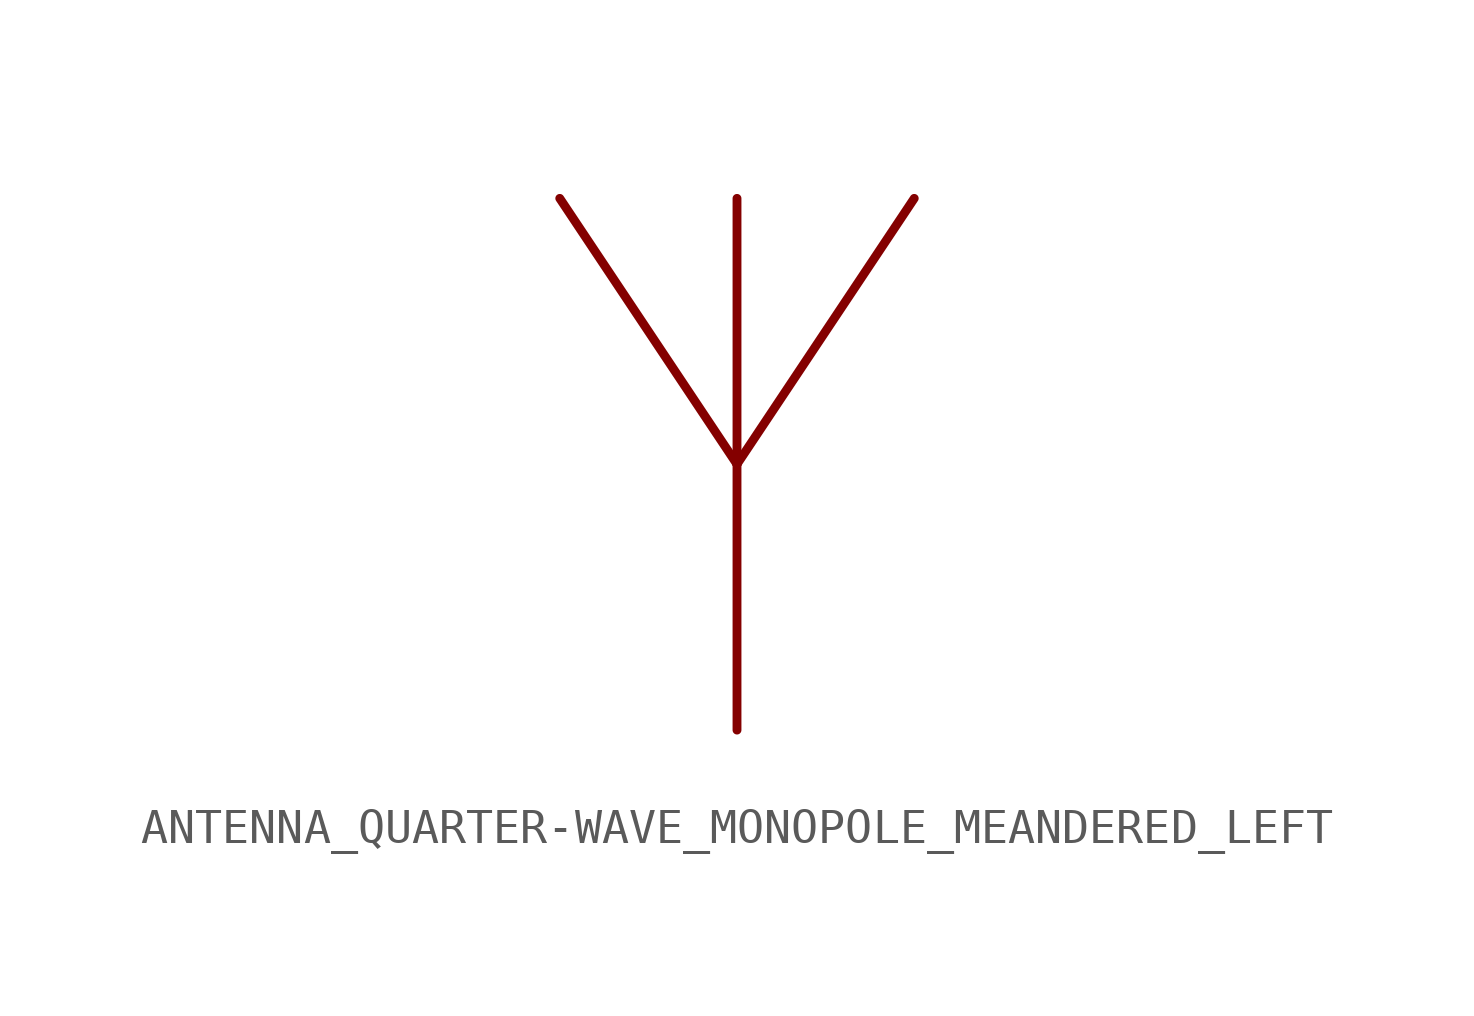
<source format=kicad_sym>
(kicad_symbol_lib
  (version 20220914)
  (generator kicad_symbol_editor)
  (symbol "ANTENNA_QUARTER-WAVE_MONOPOLE_MEANDERED_LEFT"
    (property "Reference" ""
      (at 2.54 5.08 0)
      (effects (font (size 1.27 1.079)) (justify left bottom) hide))
    (property "Value" ""
      (at 2.54 2.54 0)
      (effects (font (size 1.27 1.079)) (justify left bottom)))
    (property "ki_locked" ""
      (at 0 0 0)
      (effects (font (size 1.27 1.27))))
    (symbol "ANTENNA_QUARTER-WAVE_MONOPOLE_MEANDERED_LEFT_1_0"
      (polyline (pts (xy 0 0) (xy 0 7.62)) (stroke (width 0.254) (type solid)) (fill (type none)))
      (polyline (pts (xy 0 7.62) (xy -5.08 15.24)) (stroke (width 0.254) (type solid)) (fill (type none)))
      (polyline (pts (xy 0 7.62) (xy 0 15.24)) (stroke (width 0.254) (type solid)) (fill (type none)))
      (polyline (pts (xy 0 7.62) (xy 5.08 15.24)) (stroke (width 0.254) (type solid)) (fill (type none)))
      (pin bidirectional line (at 0 0 90) (length 0) (name "P$1" (effects (font (size 0 0)))) (number "P$1" (effects (font (size 0 0))))))))
</source>
